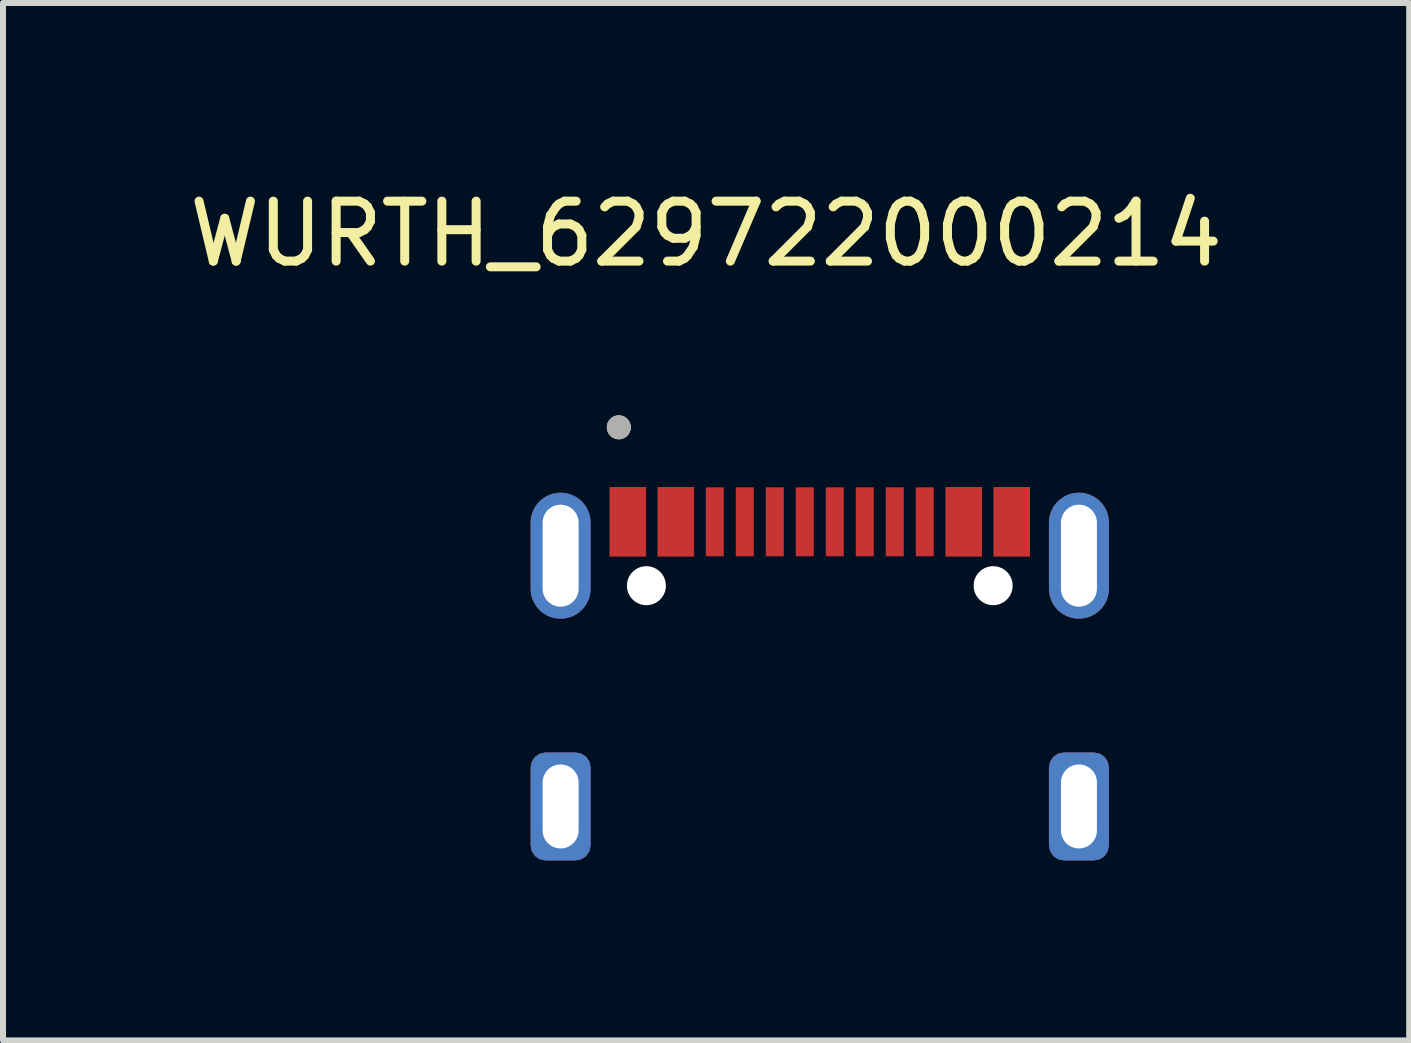
<source format=kicad_pcb>
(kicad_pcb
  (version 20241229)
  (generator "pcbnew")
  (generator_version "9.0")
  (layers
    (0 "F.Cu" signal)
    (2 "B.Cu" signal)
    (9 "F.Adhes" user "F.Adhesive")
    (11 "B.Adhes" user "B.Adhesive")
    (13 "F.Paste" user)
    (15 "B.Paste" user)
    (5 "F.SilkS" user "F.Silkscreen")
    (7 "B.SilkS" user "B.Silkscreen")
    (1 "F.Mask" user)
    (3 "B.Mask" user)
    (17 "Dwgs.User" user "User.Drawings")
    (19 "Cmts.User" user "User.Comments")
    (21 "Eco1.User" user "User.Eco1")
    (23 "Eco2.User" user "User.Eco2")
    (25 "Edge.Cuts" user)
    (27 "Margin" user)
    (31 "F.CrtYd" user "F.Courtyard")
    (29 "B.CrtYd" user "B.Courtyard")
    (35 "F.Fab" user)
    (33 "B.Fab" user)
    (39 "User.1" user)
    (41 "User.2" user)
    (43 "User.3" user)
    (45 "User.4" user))
  (footprint "WURTH_629722000214"
    (layer "F.Cu")
    (at 10.615 10.393)
    (property "Reference" "WURTH_629722000214" (at -1.895 -9.545 0) (layer "F.SilkS") (effects (font (size 1 1) (thickness 0.15))))
    (attr smd)
    (fp_circle (center -3.35 -6.32) (end -3.25 -6.32) (stroke (width 0.2) (type solid)) (fill no) (layer "F.SilkS"))
    (fp_poly (pts (xy -3.5 -5.32) (xy -3.5 -4.17) (xy -2.9 -4.17) (xy -2.9 -5.32)) (stroke (width 0.01) (type solid)) (fill yes) (layer "F.Paste"))
    (fp_poly (pts (xy -2.7 -5.32) (xy -2.7 -4.17) (xy -2.1 -4.17) (xy -2.1 -5.32)) (stroke (width 0.01) (type solid)) (fill yes) (layer "F.Paste"))
    (fp_poly (pts (xy 2.1 -5.32) (xy 2.1 -4.17) (xy 2.7 -4.17) (xy 2.7 -5.32)) (stroke (width 0.01) (type solid)) (fill yes) (layer "F.Paste"))
    (fp_poly (pts (xy 2.9 -5.32) (xy 2.9 -4.17) (xy 3.5 -4.17) (xy 3.5 -5.32)) (stroke (width 0.01) (type solid)) (fill yes) (layer "F.Paste"))
    (fp_circle (center -3.35 -6.32) (end -3.25 -6.32) (stroke (width 0.2) (type solid)) (fill no) (layer "F.Fab"))
    (pad "" np_thru_hole circle (at -2.89 -3.68) (size 0.65 0.65) (drill 0.65) (layers "*.Cu" "*.Mask"))
    (pad "" np_thru_hole circle (at 2.89 -3.68) (size 0.65 0.65) (drill 0.65) (layers "*.Cu" "*.Mask"))
    (pad "A1" smd custom (at -3.35 -4.745) (size 0.3 1.15) (layers "F.Cu") (options (anchor rect)) (primitives (gr_poly (pts (xy -0.15 -0.575) (xy -0.15 0.575) (xy 0.45 0.575) (xy 0.45 -0.575)) (width 0.01) (fill yes))))
    (pad "A1" smd custom (at 3.35 -4.745) (size 0.3 1.15) (layers "F.Cu") (options (anchor rect)) (primitives (gr_poly (pts (xy -0.45 -0.575) (xy -0.45 0.575) (xy 0.15 0.575) (xy 0.15 -0.575)) (width 0.01) (fill yes))))
    (pad "A4" smd custom (at -2.55 -4.745) (size 0.3 1.15) (layers "F.Cu") (options (anchor rect)) (primitives (gr_poly (pts (xy -0.15 -0.575) (xy -0.15 0.575) (xy 0.45 0.575) (xy 0.45 -0.575)) (width 0.01) (fill yes))))
    (pad "A4" smd custom (at 2.55 -4.745) (size 0.3 1.15) (layers "F.Cu") (options (anchor rect)) (primitives (gr_poly (pts (xy -0.45 -0.575) (xy -0.45 0.575) (xy 0.15 0.575) (xy 0.15 -0.575)) (width 0.01) (fill yes))))
    (pad "A5" smd rect (at -1.25 -4.745) (size 0.3 1.15) (layers "F.Cu" "F.Paste"))
    (pad "A6" smd rect (at -0.25 -4.745) (size 0.3 1.15) (layers "F.Cu" "F.Paste"))
    (pad "A7" smd rect (at 0.25 -4.745) (size 0.3 1.15) (layers "F.Cu" "F.Paste"))
    (pad "A8" smd rect (at 1.25 -4.745) (size 0.3 1.15) (layers "F.Cu" "F.Paste"))
    (pad "B5" smd rect (at 1.75 -4.745) (size 0.3 1.15) (layers "F.Cu" "F.Paste"))
    (pad "B6" smd rect (at 0.75 -4.745) (size 0.3 1.15) (layers "F.Cu" "F.Paste"))
    (pad "B7" smd rect (at -0.75 -4.745) (size 0.3 1.15) (layers "F.Cu" "F.Paste"))
    (pad "B8" smd rect (at -1.75 -4.745) (size 0.3 1.15) (layers "F.Cu" "F.Paste"))
    (pad "S1" thru_hole oval (at -4.32 -4.18) (size 1 2.1) (drill oval 0.6 1.7) (layers "*.Cu" "*.Mask"))
    (pad "S1" thru_hole roundrect (at -4.32 0) (size 1 1.8) (drill oval 0.6 1.4) (layers "*.Cu" "*.Mask") (roundrect_rratio 0.25))
    (pad "S1" thru_hole oval (at 4.32 -4.18) (size 1 2.1) (drill oval 0.6 1.7) (layers "*.Cu" "*.Mask"))
    (pad "S1" thru_hole roundrect (at 4.32 0) (size 1 1.8) (drill oval 0.6 1.4) (layers "*.Cu" "*.Mask") (roundrect_rratio 0.25)))
  (gr_rect
    (start -3 -3)
    (end 20.44 14.293)
    (stroke (width 0.1) (type default))
    (fill no)
    (layer "Edge.Cuts")))
</source>
